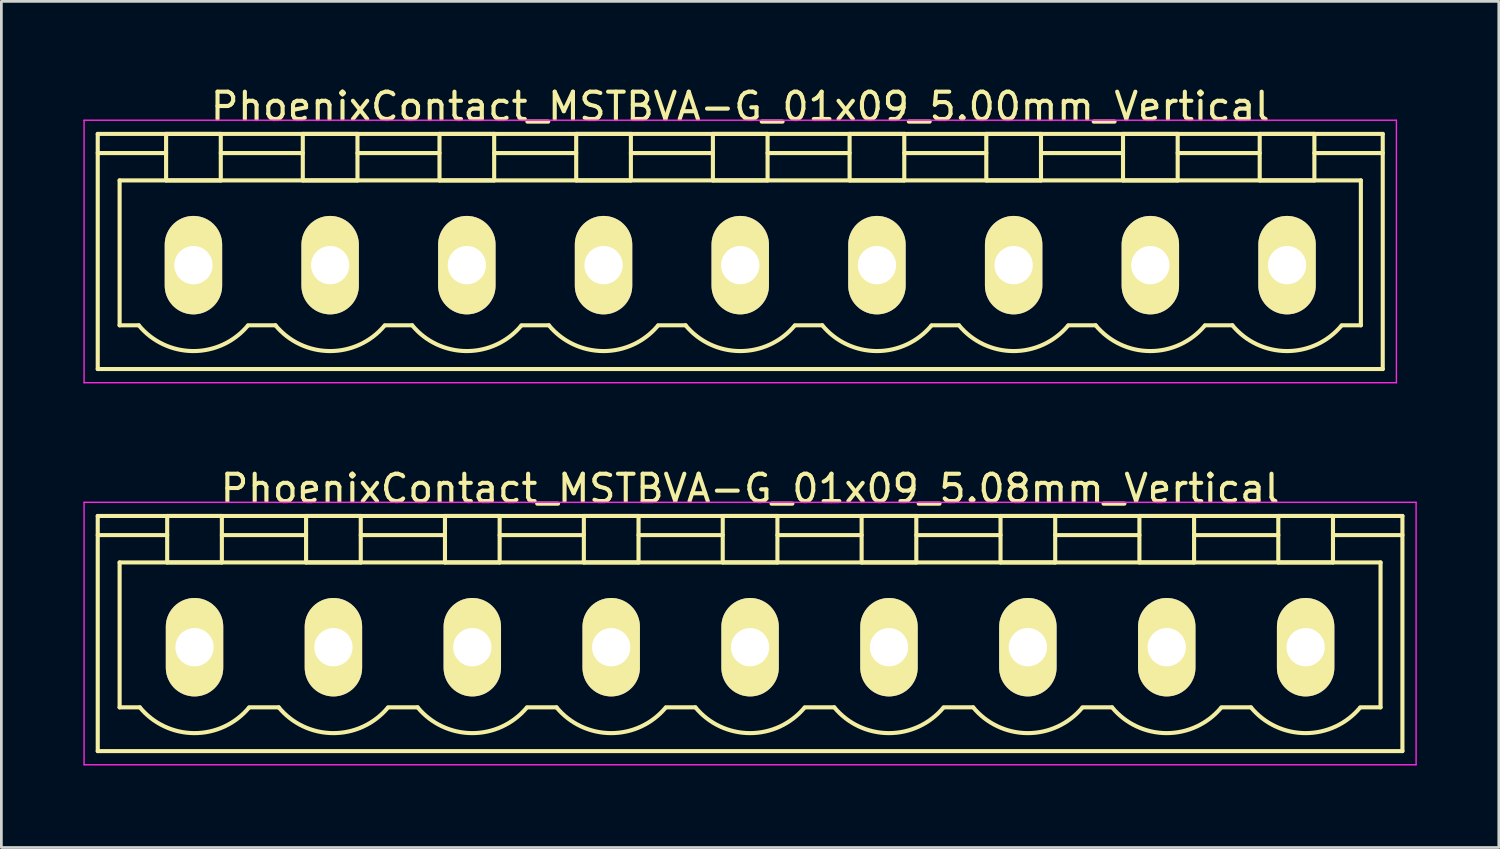
<source format=kicad_pcb>
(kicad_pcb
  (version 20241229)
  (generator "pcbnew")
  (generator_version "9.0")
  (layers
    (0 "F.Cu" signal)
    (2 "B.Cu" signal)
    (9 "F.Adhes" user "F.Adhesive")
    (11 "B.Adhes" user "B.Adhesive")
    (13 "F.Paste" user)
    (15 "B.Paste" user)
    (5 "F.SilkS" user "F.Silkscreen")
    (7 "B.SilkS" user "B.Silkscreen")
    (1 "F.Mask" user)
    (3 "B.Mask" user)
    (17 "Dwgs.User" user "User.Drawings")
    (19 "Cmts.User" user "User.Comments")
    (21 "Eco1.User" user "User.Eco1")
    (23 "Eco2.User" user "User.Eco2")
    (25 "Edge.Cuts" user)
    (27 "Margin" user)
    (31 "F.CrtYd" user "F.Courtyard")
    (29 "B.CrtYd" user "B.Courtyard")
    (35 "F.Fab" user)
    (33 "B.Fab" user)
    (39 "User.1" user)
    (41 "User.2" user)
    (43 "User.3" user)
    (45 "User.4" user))
  (footprint "PhoenixContact_MSTBVA-G_01x09_5.08mm_Vertical"
    (layer "F.Cu")
    (at 4.065 20.622)
    (property "Reference" "PhoenixContact_MSTBVA-G_01x09_5.08mm_Vertical" (at 20.32 -5.8 0) (layer "F.SilkS") (effects (font (size 1 1) (thickness 0.15))))
    (attr through_hole)
    (fp_line (start -3.54 -4.8) (end -3.54 3.8) (stroke (width 0.15) (type solid)) (layer "F.SilkS"))
    (fp_line (start -3.54 -4.1) (end -1 -4.1) (stroke (width 0.15) (type solid)) (layer "F.SilkS"))
    (fp_line (start -3.54 3.8) (end 44.18 3.8) (stroke (width 0.15) (type solid)) (layer "F.SilkS"))
    (fp_line (start -2.74 -3.1) (end 43.38 -3.1) (stroke (width 0.15) (type solid)) (layer "F.SilkS"))
    (fp_line (start -2.74 2.2) (end -2.74 -3.1) (stroke (width 0.15) (type solid)) (layer "F.SilkS"))
    (fp_line (start -2 2.2) (end -2.74 2.2) (stroke (width 0.15) (type solid)) (layer "F.SilkS"))
    (fp_line (start -1 -4.8) (end 1 -4.8) (stroke (width 0.15) (type solid)) (layer "F.SilkS"))
    (fp_line (start -1 -3.1) (end -1 -4.8) (stroke (width 0.15) (type solid)) (layer "F.SilkS"))
    (fp_line (start 1 -4.8) (end 1 -3.1) (stroke (width 0.15) (type solid)) (layer "F.SilkS"))
    (fp_line (start 1 -4.1) (end 4.08 -4.1) (stroke (width 0.15) (type solid)) (layer "F.SilkS"))
    (fp_line (start 1 -3.1) (end -1 -3.1) (stroke (width 0.15) (type solid)) (layer "F.SilkS"))
    (fp_line (start 2 2.2) (end 3.08 2.2) (stroke (width 0.15) (type solid)) (layer "F.SilkS"))
    (fp_line (start 4.08 -4.8) (end 6.08 -4.8) (stroke (width 0.15) (type solid)) (layer "F.SilkS"))
    (fp_line (start 4.08 -3.1) (end 4.08 -4.8) (stroke (width 0.15) (type solid)) (layer "F.SilkS"))
    (fp_line (start 6.08 -4.8) (end 6.08 -3.1) (stroke (width 0.15) (type solid)) (layer "F.SilkS"))
    (fp_line (start 6.08 -4.1) (end 9.16 -4.1) (stroke (width 0.15) (type solid)) (layer "F.SilkS"))
    (fp_line (start 6.08 -3.1) (end 4.08 -3.1) (stroke (width 0.15) (type solid)) (layer "F.SilkS"))
    (fp_line (start 7.08 2.2) (end 8.16 2.2) (stroke (width 0.15) (type solid)) (layer "F.SilkS"))
    (fp_line (start 9.16 -4.8) (end 11.16 -4.8) (stroke (width 0.15) (type solid)) (layer "F.SilkS"))
    (fp_line (start 9.16 -3.1) (end 9.16 -4.8) (stroke (width 0.15) (type solid)) (layer "F.SilkS"))
    (fp_line (start 11.16 -4.8) (end 11.16 -3.1) (stroke (width 0.15) (type solid)) (layer "F.SilkS"))
    (fp_line (start 11.16 -4.1) (end 14.24 -4.1) (stroke (width 0.15) (type solid)) (layer "F.SilkS"))
    (fp_line (start 11.16 -3.1) (end 9.16 -3.1) (stroke (width 0.15) (type solid)) (layer "F.SilkS"))
    (fp_line (start 12.16 2.2) (end 13.24 2.2) (stroke (width 0.15) (type solid)) (layer "F.SilkS"))
    (fp_line (start 14.24 -4.8) (end 16.24 -4.8) (stroke (width 0.15) (type solid)) (layer "F.SilkS"))
    (fp_line (start 14.24 -3.1) (end 14.24 -4.8) (stroke (width 0.15) (type solid)) (layer "F.SilkS"))
    (fp_line (start 16.24 -4.8) (end 16.24 -3.1) (stroke (width 0.15) (type solid)) (layer "F.SilkS"))
    (fp_line (start 16.24 -4.1) (end 19.32 -4.1) (stroke (width 0.15) (type solid)) (layer "F.SilkS"))
    (fp_line (start 16.24 -3.1) (end 14.24 -3.1) (stroke (width 0.15) (type solid)) (layer "F.SilkS"))
    (fp_line (start 17.24 2.2) (end 18.32 2.2) (stroke (width 0.15) (type solid)) (layer "F.SilkS"))
    (fp_line (start 19.32 -4.8) (end 21.32 -4.8) (stroke (width 0.15) (type solid)) (layer "F.SilkS"))
    (fp_line (start 19.32 -3.1) (end 19.32 -4.8) (stroke (width 0.15) (type solid)) (layer "F.SilkS"))
    (fp_line (start 21.32 -4.8) (end 21.32 -3.1) (stroke (width 0.15) (type solid)) (layer "F.SilkS"))
    (fp_line (start 21.32 -4.1) (end 24.4 -4.1) (stroke (width 0.15) (type solid)) (layer "F.SilkS"))
    (fp_line (start 21.32 -3.1) (end 19.32 -3.1) (stroke (width 0.15) (type solid)) (layer "F.SilkS"))
    (fp_line (start 22.32 2.2) (end 23.4 2.2) (stroke (width 0.15) (type solid)) (layer "F.SilkS"))
    (fp_line (start 24.4 -4.8) (end 26.4 -4.8) (stroke (width 0.15) (type solid)) (layer "F.SilkS"))
    (fp_line (start 24.4 -3.1) (end 24.4 -4.8) (stroke (width 0.15) (type solid)) (layer "F.SilkS"))
    (fp_line (start 26.4 -4.8) (end 26.4 -3.1) (stroke (width 0.15) (type solid)) (layer "F.SilkS"))
    (fp_line (start 26.4 -4.1) (end 29.48 -4.1) (stroke (width 0.15) (type solid)) (layer "F.SilkS"))
    (fp_line (start 26.4 -3.1) (end 24.4 -3.1) (stroke (width 0.15) (type solid)) (layer "F.SilkS"))
    (fp_line (start 27.4 2.2) (end 28.48 2.2) (stroke (width 0.15) (type solid)) (layer "F.SilkS"))
    (fp_line (start 29.48 -4.8) (end 31.48 -4.8) (stroke (width 0.15) (type solid)) (layer "F.SilkS"))
    (fp_line (start 29.48 -3.1) (end 29.48 -4.8) (stroke (width 0.15) (type solid)) (layer "F.SilkS"))
    (fp_line (start 31.48 -4.8) (end 31.48 -3.1) (stroke (width 0.15) (type solid)) (layer "F.SilkS"))
    (fp_line (start 31.48 -4.1) (end 34.56 -4.1) (stroke (width 0.15) (type solid)) (layer "F.SilkS"))
    (fp_line (start 31.48 -3.1) (end 29.48 -3.1) (stroke (width 0.15) (type solid)) (layer "F.SilkS"))
    (fp_line (start 32.48 2.2) (end 33.56 2.2) (stroke (width 0.15) (type solid)) (layer "F.SilkS"))
    (fp_line (start 34.56 -4.8) (end 36.56 -4.8) (stroke (width 0.15) (type solid)) (layer "F.SilkS"))
    (fp_line (start 34.56 -3.1) (end 34.56 -4.8) (stroke (width 0.15) (type solid)) (layer "F.SilkS"))
    (fp_line (start 36.56 -4.8) (end 36.56 -3.1) (stroke (width 0.15) (type solid)) (layer "F.SilkS"))
    (fp_line (start 36.56 -4.1) (end 39.64 -4.1) (stroke (width 0.15) (type solid)) (layer "F.SilkS"))
    (fp_line (start 36.56 -3.1) (end 34.56 -3.1) (stroke (width 0.15) (type solid)) (layer "F.SilkS"))
    (fp_line (start 37.56 2.2) (end 38.64 2.2) (stroke (width 0.15) (type solid)) (layer "F.SilkS"))
    (fp_line (start 39.64 -4.8) (end 41.64 -4.8) (stroke (width 0.15) (type solid)) (layer "F.SilkS"))
    (fp_line (start 39.64 -3.1) (end 39.64 -4.8) (stroke (width 0.15) (type solid)) (layer "F.SilkS"))
    (fp_line (start 41.64 -4.8) (end 41.64 -3.1) (stroke (width 0.15) (type solid)) (layer "F.SilkS"))
    (fp_line (start 41.64 -3.1) (end 39.64 -3.1) (stroke (width 0.15) (type solid)) (layer "F.SilkS"))
    (fp_line (start 43.38 -3.1) (end 43.38 2.2) (stroke (width 0.15) (type solid)) (layer "F.SilkS"))
    (fp_line (start 43.38 2.2) (end 42.64 2.2) (stroke (width 0.15) (type solid)) (layer "F.SilkS"))
    (fp_line (start 44.18 -4.8) (end -3.54 -4.8) (stroke (width 0.15) (type solid)) (layer "F.SilkS"))
    (fp_line (start 44.18 -4.1) (end 41.64 -4.1) (stroke (width 0.15) (type solid)) (layer "F.SilkS"))
    (fp_line (start 44.18 3.8) (end 44.18 -4.8) (stroke (width 0.15) (type solid)) (layer "F.SilkS"))
    (fp_arc (start 1.986842 2.215821) (mid -0.010289 3.142758) (end -2 2.2) (stroke (width 0.15) (type solid)) (layer "F.SilkS"))
    (fp_arc (start 7.066842 2.215821) (mid 5.069711 3.142758) (end 3.08 2.2) (stroke (width 0.15) (type solid)) (layer "F.SilkS"))
    (fp_arc (start 12.146842 2.215821) (mid 10.149711 3.142758) (end 8.16 2.2) (stroke (width 0.15) (type solid)) (layer "F.SilkS"))
    (fp_arc (start 17.226842 2.215821) (mid 15.229711 3.142758) (end 13.24 2.2) (stroke (width 0.15) (type solid)) (layer "F.SilkS"))
    (fp_arc (start 22.306842 2.215821) (mid 20.309711 3.142758) (end 18.32 2.2) (stroke (width 0.15) (type solid)) (layer "F.SilkS"))
    (fp_arc (start 27.386842 2.215821) (mid 25.389711 3.142758) (end 23.4 2.2) (stroke (width 0.15) (type solid)) (layer "F.SilkS"))
    (fp_arc (start 32.466842 2.215821) (mid 30.469711 3.142758) (end 28.48 2.2) (stroke (width 0.15) (type solid)) (layer "F.SilkS"))
    (fp_arc (start 37.546842 2.215821) (mid 35.549711 3.142758) (end 33.56 2.2) (stroke (width 0.15) (type solid)) (layer "F.SilkS"))
    (fp_arc (start 42.626842 2.215821) (mid 40.629711 3.142758) (end 38.64 2.2) (stroke (width 0.15) (type solid)) (layer "F.SilkS"))
    (fp_line (start -4.04 -5.3) (end -4.04 4.3) (stroke (width 0.05) (type solid)) (layer "F.CrtYd"))
    (fp_line (start -4.04 4.3) (end 44.68 4.3) (stroke (width 0.05) (type solid)) (layer "F.CrtYd"))
    (fp_line (start 44.68 -5.3) (end -4.04 -5.3) (stroke (width 0.05) (type solid)) (layer "F.CrtYd"))
    (fp_line (start 44.68 4.3) (end 44.68 -5.3) (stroke (width 0.05) (type solid)) (layer "F.CrtYd"))
    (pad "1" thru_hole oval (at 0 0) (size 2.1 3.6) (drill 1.4) (layers "*.Cu" "*.Mask" "F.SilkS"))
    (pad "2" thru_hole oval (at 5.08 0) (size 2.1 3.6) (drill 1.4) (layers "*.Cu" "*.Mask" "F.SilkS"))
    (pad "3" thru_hole oval (at 10.16 0) (size 2.1 3.6) (drill 1.4) (layers "*.Cu" "*.Mask" "F.SilkS"))
    (pad "4" thru_hole oval (at 15.24 0) (size 2.1 3.6) (drill 1.4) (layers "*.Cu" "*.Mask" "F.SilkS"))
    (pad "5" thru_hole oval (at 20.32 0) (size 2.1 3.6) (drill 1.4) (layers "*.Cu" "*.Mask" "F.SilkS"))
    (pad "6" thru_hole oval (at 25.4 0) (size 2.1 3.6) (drill 1.4) (layers "*.Cu" "*.Mask" "F.SilkS"))
    (pad "7" thru_hole oval (at 30.48 0) (size 2.1 3.6) (drill 1.4) (layers "*.Cu" "*.Mask" "F.SilkS"))
    (pad "8" thru_hole oval (at 35.56 0) (size 2.1 3.6) (drill 1.4) (layers "*.Cu" "*.Mask" "F.SilkS"))
    (pad "9" thru_hole oval (at 40.64 0) (size 2.1 3.6) (drill 1.4) (layers "*.Cu" "*.Mask" "F.SilkS")))
  (footprint "PhoenixContact_MSTBVA-G_01x09_5.00mm_Vertical"
    (layer "F.Cu")
    (at 4.025 6.648)
    (property "Reference" "PhoenixContact_MSTBVA-G_01x09_5.00mm_Vertical" (at 20 -5.8 0) (layer "F.SilkS") (effects (font (size 1 1) (thickness 0.15))))
    (attr through_hole)
    (fp_line (start -3.5 -4.8) (end -3.5 3.8) (stroke (width 0.15) (type solid)) (layer "F.SilkS"))
    (fp_line (start -3.5 -4.1) (end -1 -4.1) (stroke (width 0.15) (type solid)) (layer "F.SilkS"))
    (fp_line (start -3.5 3.8) (end 43.5 3.8) (stroke (width 0.15) (type solid)) (layer "F.SilkS"))
    (fp_line (start -2.7 -3.1) (end 42.7 -3.1) (stroke (width 0.15) (type solid)) (layer "F.SilkS"))
    (fp_line (start -2.7 2.2) (end -2.7 -3.1) (stroke (width 0.15) (type solid)) (layer "F.SilkS"))
    (fp_line (start -2 2.2) (end -2.7 2.2) (stroke (width 0.15) (type solid)) (layer "F.SilkS"))
    (fp_line (start -1 -4.8) (end 1 -4.8) (stroke (width 0.15) (type solid)) (layer "F.SilkS"))
    (fp_line (start -1 -3.1) (end -1 -4.8) (stroke (width 0.15) (type solid)) (layer "F.SilkS"))
    (fp_line (start 1 -4.8) (end 1 -3.1) (stroke (width 0.15) (type solid)) (layer "F.SilkS"))
    (fp_line (start 1 -4.1) (end 4 -4.1) (stroke (width 0.15) (type solid)) (layer "F.SilkS"))
    (fp_line (start 1 -3.1) (end -1 -3.1) (stroke (width 0.15) (type solid)) (layer "F.SilkS"))
    (fp_line (start 2 2.2) (end 3 2.2) (stroke (width 0.15) (type solid)) (layer "F.SilkS"))
    (fp_line (start 4 -4.8) (end 6 -4.8) (stroke (width 0.15) (type solid)) (layer "F.SilkS"))
    (fp_line (start 4 -3.1) (end 4 -4.8) (stroke (width 0.15) (type solid)) (layer "F.SilkS"))
    (fp_line (start 6 -4.8) (end 6 -3.1) (stroke (width 0.15) (type solid)) (layer "F.SilkS"))
    (fp_line (start 6 -4.1) (end 9 -4.1) (stroke (width 0.15) (type solid)) (layer "F.SilkS"))
    (fp_line (start 6 -3.1) (end 4 -3.1) (stroke (width 0.15) (type solid)) (layer "F.SilkS"))
    (fp_line (start 7 2.2) (end 8 2.2) (stroke (width 0.15) (type solid)) (layer "F.SilkS"))
    (fp_line (start 9 -4.8) (end 11 -4.8) (stroke (width 0.15) (type solid)) (layer "F.SilkS"))
    (fp_line (start 9 -3.1) (end 9 -4.8) (stroke (width 0.15) (type solid)) (layer "F.SilkS"))
    (fp_line (start 11 -4.8) (end 11 -3.1) (stroke (width 0.15) (type solid)) (layer "F.SilkS"))
    (fp_line (start 11 -4.1) (end 14 -4.1) (stroke (width 0.15) (type solid)) (layer "F.SilkS"))
    (fp_line (start 11 -3.1) (end 9 -3.1) (stroke (width 0.15) (type solid)) (layer "F.SilkS"))
    (fp_line (start 12 2.2) (end 13 2.2) (stroke (width 0.15) (type solid)) (layer "F.SilkS"))
    (fp_line (start 14 -4.8) (end 16 -4.8) (stroke (width 0.15) (type solid)) (layer "F.SilkS"))
    (fp_line (start 14 -3.1) (end 14 -4.8) (stroke (width 0.15) (type solid)) (layer "F.SilkS"))
    (fp_line (start 16 -4.8) (end 16 -3.1) (stroke (width 0.15) (type solid)) (layer "F.SilkS"))
    (fp_line (start 16 -4.1) (end 19 -4.1) (stroke (width 0.15) (type solid)) (layer "F.SilkS"))
    (fp_line (start 16 -3.1) (end 14 -3.1) (stroke (width 0.15) (type solid)) (layer "F.SilkS"))
    (fp_line (start 17 2.2) (end 18 2.2) (stroke (width 0.15) (type solid)) (layer "F.SilkS"))
    (fp_line (start 19 -4.8) (end 21 -4.8) (stroke (width 0.15) (type solid)) (layer "F.SilkS"))
    (fp_line (start 19 -3.1) (end 19 -4.8) (stroke (width 0.15) (type solid)) (layer "F.SilkS"))
    (fp_line (start 21 -4.8) (end 21 -3.1) (stroke (width 0.15) (type solid)) (layer "F.SilkS"))
    (fp_line (start 21 -4.1) (end 24 -4.1) (stroke (width 0.15) (type solid)) (layer "F.SilkS"))
    (fp_line (start 21 -3.1) (end 19 -3.1) (stroke (width 0.15) (type solid)) (layer "F.SilkS"))
    (fp_line (start 22 2.2) (end 23 2.2) (stroke (width 0.15) (type solid)) (layer "F.SilkS"))
    (fp_line (start 24 -4.8) (end 26 -4.8) (stroke (width 0.15) (type solid)) (layer "F.SilkS"))
    (fp_line (start 24 -3.1) (end 24 -4.8) (stroke (width 0.15) (type solid)) (layer "F.SilkS"))
    (fp_line (start 26 -4.8) (end 26 -3.1) (stroke (width 0.15) (type solid)) (layer "F.SilkS"))
    (fp_line (start 26 -4.1) (end 29 -4.1) (stroke (width 0.15) (type solid)) (layer "F.SilkS"))
    (fp_line (start 26 -3.1) (end 24 -3.1) (stroke (width 0.15) (type solid)) (layer "F.SilkS"))
    (fp_line (start 27 2.2) (end 28 2.2) (stroke (width 0.15) (type solid)) (layer "F.SilkS"))
    (fp_line (start 29 -4.8) (end 31 -4.8) (stroke (width 0.15) (type solid)) (layer "F.SilkS"))
    (fp_line (start 29 -3.1) (end 29 -4.8) (stroke (width 0.15) (type solid)) (layer "F.SilkS"))
    (fp_line (start 31 -4.8) (end 31 -3.1) (stroke (width 0.15) (type solid)) (layer "F.SilkS"))
    (fp_line (start 31 -4.1) (end 34 -4.1) (stroke (width 0.15) (type solid)) (layer "F.SilkS"))
    (fp_line (start 31 -3.1) (end 29 -3.1) (stroke (width 0.15) (type solid)) (layer "F.SilkS"))
    (fp_line (start 32 2.2) (end 33 2.2) (stroke (width 0.15) (type solid)) (layer "F.SilkS"))
    (fp_line (start 34 -4.8) (end 36 -4.8) (stroke (width 0.15) (type solid)) (layer "F.SilkS"))
    (fp_line (start 34 -3.1) (end 34 -4.8) (stroke (width 0.15) (type solid)) (layer "F.SilkS"))
    (fp_line (start 36 -4.8) (end 36 -3.1) (stroke (width 0.15) (type solid)) (layer "F.SilkS"))
    (fp_line (start 36 -4.1) (end 39 -4.1) (stroke (width 0.15) (type solid)) (layer "F.SilkS"))
    (fp_line (start 36 -3.1) (end 34 -3.1) (stroke (width 0.15) (type solid)) (layer "F.SilkS"))
    (fp_line (start 37 2.2) (end 38 2.2) (stroke (width 0.15) (type solid)) (layer "F.SilkS"))
    (fp_line (start 39 -4.8) (end 41 -4.8) (stroke (width 0.15) (type solid)) (layer "F.SilkS"))
    (fp_line (start 39 -3.1) (end 39 -4.8) (stroke (width 0.15) (type solid)) (layer "F.SilkS"))
    (fp_line (start 41 -4.8) (end 41 -3.1) (stroke (width 0.15) (type solid)) (layer "F.SilkS"))
    (fp_line (start 41 -3.1) (end 39 -3.1) (stroke (width 0.15) (type solid)) (layer "F.SilkS"))
    (fp_line (start 42.7 -3.1) (end 42.7 2.2) (stroke (width 0.15) (type solid)) (layer "F.SilkS"))
    (fp_line (start 42.7 2.2) (end 42 2.2) (stroke (width 0.15) (type solid)) (layer "F.SilkS"))
    (fp_line (start 43.5 -4.8) (end -3.5 -4.8) (stroke (width 0.15) (type solid)) (layer "F.SilkS"))
    (fp_line (start 43.5 -4.1) (end 41 -4.1) (stroke (width 0.15) (type solid)) (layer "F.SilkS"))
    (fp_line (start 43.5 3.8) (end 43.5 -4.8) (stroke (width 0.15) (type solid)) (layer "F.SilkS"))
    (fp_arc (start 1.986842 2.215821) (mid -0.010289 3.142758) (end -2 2.2) (stroke (width 0.15) (type solid)) (layer "F.SilkS"))
    (fp_arc (start 6.986842 2.215821) (mid 4.989711 3.142758) (end 3 2.2) (stroke (width 0.15) (type solid)) (layer "F.SilkS"))
    (fp_arc (start 11.986842 2.215821) (mid 9.989711 3.142758) (end 8 2.2) (stroke (width 0.15) (type solid)) (layer "F.SilkS"))
    (fp_arc (start 16.986842 2.215821) (mid 14.989711 3.142758) (end 13 2.2) (stroke (width 0.15) (type solid)) (layer "F.SilkS"))
    (fp_arc (start 21.986842 2.215821) (mid 19.989711 3.142758) (end 18 2.2) (stroke (width 0.15) (type solid)) (layer "F.SilkS"))
    (fp_arc (start 26.986842 2.215821) (mid 24.989711 3.142758) (end 23 2.2) (stroke (width 0.15) (type solid)) (layer "F.SilkS"))
    (fp_arc (start 31.986842 2.215821) (mid 29.989711 3.142758) (end 28 2.2) (stroke (width 0.15) (type solid)) (layer "F.SilkS"))
    (fp_arc (start 36.986842 2.215821) (mid 34.989711 3.142758) (end 33 2.2) (stroke (width 0.15) (type solid)) (layer "F.SilkS"))
    (fp_arc (start 41.986842 2.215821) (mid 39.989711 3.142758) (end 38 2.2) (stroke (width 0.15) (type solid)) (layer "F.SilkS"))
    (fp_line (start -4 -5.3) (end -4 4.3) (stroke (width 0.05) (type solid)) (layer "F.CrtYd"))
    (fp_line (start -4 4.3) (end 44 4.3) (stroke (width 0.05) (type solid)) (layer "F.CrtYd"))
    (fp_line (start 44 -5.3) (end -4 -5.3) (stroke (width 0.05) (type solid)) (layer "F.CrtYd"))
    (fp_line (start 44 4.3) (end 44 -5.3) (stroke (width 0.05) (type solid)) (layer "F.CrtYd"))
    (pad "1" thru_hole oval (at 0 0) (size 2.1 3.6) (drill 1.4) (layers "*.Cu" "*.Mask" "F.SilkS"))
    (pad "2" thru_hole oval (at 5 0) (size 2.1 3.6) (drill 1.4) (layers "*.Cu" "*.Mask" "F.SilkS"))
    (pad "3" thru_hole oval (at 10 0) (size 2.1 3.6) (drill 1.4) (layers "*.Cu" "*.Mask" "F.SilkS"))
    (pad "4" thru_hole oval (at 15 0) (size 2.1 3.6) (drill 1.4) (layers "*.Cu" "*.Mask" "F.SilkS"))
    (pad "5" thru_hole oval (at 20 0) (size 2.1 3.6) (drill 1.4) (layers "*.Cu" "*.Mask" "F.SilkS"))
    (pad "6" thru_hole oval (at 25 0) (size 2.1 3.6) (drill 1.4) (layers "*.Cu" "*.Mask" "F.SilkS"))
    (pad "7" thru_hole oval (at 30 0) (size 2.1 3.6) (drill 1.4) (layers "*.Cu" "*.Mask" "F.SilkS"))
    (pad "8" thru_hole oval (at 35 0) (size 2.1 3.6) (drill 1.4) (layers "*.Cu" "*.Mask" "F.SilkS"))
    (pad "9" thru_hole oval (at 40 0) (size 2.1 3.6) (drill 1.4) (layers "*.Cu" "*.Mask" "F.SilkS")))
  (gr_rect
    (start -3 -3)
    (end 51.77 27.947)
    (stroke (width 0.1) (type default))
    (fill no)
    (layer "Edge.Cuts")))
</source>
